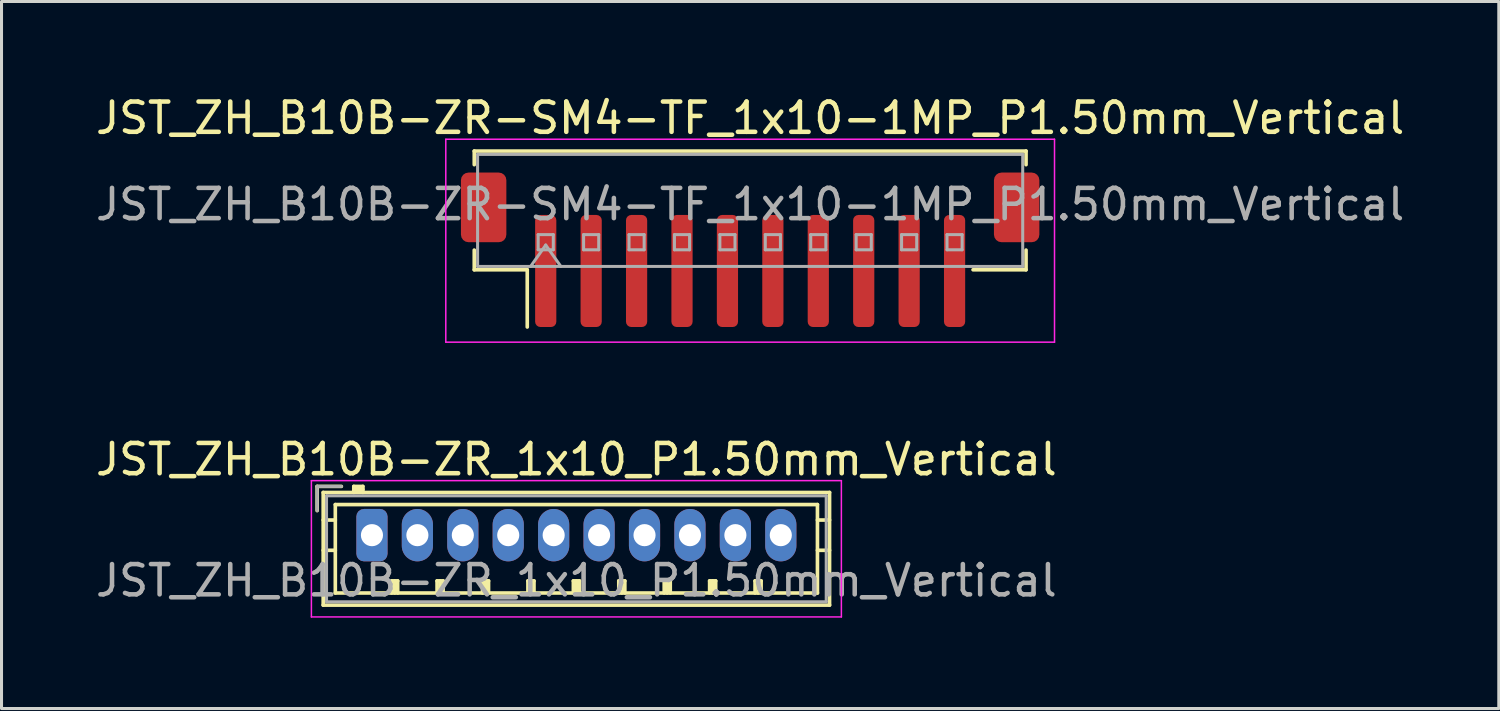
<source format=kicad_pcb>
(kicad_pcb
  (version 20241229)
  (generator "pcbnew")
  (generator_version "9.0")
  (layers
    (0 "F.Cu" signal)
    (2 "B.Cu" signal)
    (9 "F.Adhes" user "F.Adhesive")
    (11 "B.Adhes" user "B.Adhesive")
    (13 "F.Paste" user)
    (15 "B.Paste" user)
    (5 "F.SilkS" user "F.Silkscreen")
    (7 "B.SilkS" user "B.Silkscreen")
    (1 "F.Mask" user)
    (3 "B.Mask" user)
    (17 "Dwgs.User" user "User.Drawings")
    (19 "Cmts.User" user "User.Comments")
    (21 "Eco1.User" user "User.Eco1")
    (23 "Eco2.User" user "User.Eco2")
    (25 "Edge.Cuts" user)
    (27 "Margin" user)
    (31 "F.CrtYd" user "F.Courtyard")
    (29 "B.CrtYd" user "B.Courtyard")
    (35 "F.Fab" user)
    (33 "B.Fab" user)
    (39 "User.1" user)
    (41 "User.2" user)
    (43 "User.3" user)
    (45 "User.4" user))
  (footprint "JST_ZH_B10B-ZR_1x10_P1.50mm_Vertical"
    (layer "F.Cu")
    (at 9.232 14.621)
    (property "Reference" "JST_ZH_B10B-ZR_1x10_P1.50mm_Vertical" (at 6.75 -2.5 0) (layer "F.SilkS") (effects (font (size 1 1) (thickness 0.15))))
    (attr through_hole)
    (fp_line (start -1.81 -1.61) (end -1.81 -0.81) (stroke (width 0.12) (type solid)) (layer "F.SilkS"))
    (fp_line (start -1.61 -1.41) (end -1.61 2.31) (stroke (width 0.12) (type solid)) (layer "F.SilkS"))
    (fp_line (start -1.61 -0.5) (end -1.21 -0.5) (stroke (width 0.12) (type solid)) (layer "F.SilkS"))
    (fp_line (start -1.61 0.5) (end -1.21 0.5) (stroke (width 0.12) (type solid)) (layer "F.SilkS"))
    (fp_line (start -1.61 2.31) (end 15.11 2.31) (stroke (width 0.12) (type solid)) (layer "F.SilkS"))
    (fp_line (start -1.21 -1.01) (end -1.21 1.91) (stroke (width 0.12) (type solid)) (layer "F.SilkS"))
    (fp_line (start -1.21 1.91) (end 14.71 1.91) (stroke (width 0.12) (type solid)) (layer "F.SilkS"))
    (fp_line (start -1.01 -1.61) (end -1.81 -1.61) (stroke (width 0.12) (type solid)) (layer "F.SilkS"))
    (fp_line (start -0.6 -1.61) (end -0.6 -1.41) (stroke (width 0.12) (type solid)) (layer "F.SilkS"))
    (fp_line (start -0.3 -1.61) (end -0.6 -1.61) (stroke (width 0.12) (type solid)) (layer "F.SilkS"))
    (fp_line (start -0.3 -1.51) (end -0.6 -1.51) (stroke (width 0.12) (type solid)) (layer "F.SilkS"))
    (fp_line (start -0.3 -1.41) (end -0.3 -1.61) (stroke (width 0.12) (type solid)) (layer "F.SilkS"))
    (fp_line (start 0.65 1.51) (end 0.85 1.51) (stroke (width 0.12) (type solid)) (layer "F.SilkS"))
    (fp_line (start 0.65 1.91) (end 0.65 1.51) (stroke (width 0.12) (type solid)) (layer "F.SilkS"))
    (fp_line (start 0.75 1.91) (end 0.75 1.51) (stroke (width 0.12) (type solid)) (layer "F.SilkS"))
    (fp_line (start 0.85 1.51) (end 0.85 1.91) (stroke (width 0.12) (type solid)) (layer "F.SilkS"))
    (fp_line (start 2.15 1.51) (end 2.35 1.51) (stroke (width 0.12) (type solid)) (layer "F.SilkS"))
    (fp_line (start 2.15 1.91) (end 2.15 1.51) (stroke (width 0.12) (type solid)) (layer "F.SilkS"))
    (fp_line (start 2.25 1.91) (end 2.25 1.51) (stroke (width 0.12) (type solid)) (layer "F.SilkS"))
    (fp_line (start 2.35 1.51) (end 2.35 1.91) (stroke (width 0.12) (type solid)) (layer "F.SilkS"))
    (fp_line (start 3.65 1.51) (end 3.85 1.51) (stroke (width 0.12) (type solid)) (layer "F.SilkS"))
    (fp_line (start 3.65 1.91) (end 3.65 1.51) (stroke (width 0.12) (type solid)) (layer "F.SilkS"))
    (fp_line (start 3.75 1.91) (end 3.75 1.51) (stroke (width 0.12) (type solid)) (layer "F.SilkS"))
    (fp_line (start 3.85 1.51) (end 3.85 1.91) (stroke (width 0.12) (type solid)) (layer "F.SilkS"))
    (fp_line (start 5.15 1.51) (end 5.35 1.51) (stroke (width 0.12) (type solid)) (layer "F.SilkS"))
    (fp_line (start 5.15 1.91) (end 5.15 1.51) (stroke (width 0.12) (type solid)) (layer "F.SilkS"))
    (fp_line (start 5.25 1.91) (end 5.25 1.51) (stroke (width 0.12) (type solid)) (layer "F.SilkS"))
    (fp_line (start 5.35 1.51) (end 5.35 1.91) (stroke (width 0.12) (type solid)) (layer "F.SilkS"))
    (fp_line (start 6.65 1.51) (end 6.85 1.51) (stroke (width 0.12) (type solid)) (layer "F.SilkS"))
    (fp_line (start 6.65 1.91) (end 6.65 1.51) (stroke (width 0.12) (type solid)) (layer "F.SilkS"))
    (fp_line (start 6.75 1.91) (end 6.75 1.51) (stroke (width 0.12) (type solid)) (layer "F.SilkS"))
    (fp_line (start 6.85 1.51) (end 6.85 1.91) (stroke (width 0.12) (type solid)) (layer "F.SilkS"))
    (fp_line (start 8.15 1.51) (end 8.35 1.51) (stroke (width 0.12) (type solid)) (layer "F.SilkS"))
    (fp_line (start 8.15 1.91) (end 8.15 1.51) (stroke (width 0.12) (type solid)) (layer "F.SilkS"))
    (fp_line (start 8.25 1.91) (end 8.25 1.51) (stroke (width 0.12) (type solid)) (layer "F.SilkS"))
    (fp_line (start 8.35 1.51) (end 8.35 1.91) (stroke (width 0.12) (type solid)) (layer "F.SilkS"))
    (fp_line (start 9.65 1.51) (end 9.85 1.51) (stroke (width 0.12) (type solid)) (layer "F.SilkS"))
    (fp_line (start 9.65 1.91) (end 9.65 1.51) (stroke (width 0.12) (type solid)) (layer "F.SilkS"))
    (fp_line (start 9.75 1.91) (end 9.75 1.51) (stroke (width 0.12) (type solid)) (layer "F.SilkS"))
    (fp_line (start 9.85 1.51) (end 9.85 1.91) (stroke (width 0.12) (type solid)) (layer "F.SilkS"))
    (fp_line (start 11.15 1.51) (end 11.35 1.51) (stroke (width 0.12) (type solid)) (layer "F.SilkS"))
    (fp_line (start 11.15 1.91) (end 11.15 1.51) (stroke (width 0.12) (type solid)) (layer "F.SilkS"))
    (fp_line (start 11.25 1.91) (end 11.25 1.51) (stroke (width 0.12) (type solid)) (layer "F.SilkS"))
    (fp_line (start 11.35 1.51) (end 11.35 1.91) (stroke (width 0.12) (type solid)) (layer "F.SilkS"))
    (fp_line (start 12.65 1.51) (end 12.85 1.51) (stroke (width 0.12) (type solid)) (layer "F.SilkS"))
    (fp_line (start 12.65 1.91) (end 12.65 1.51) (stroke (width 0.12) (type solid)) (layer "F.SilkS"))
    (fp_line (start 12.75 1.91) (end 12.75 1.51) (stroke (width 0.12) (type solid)) (layer "F.SilkS"))
    (fp_line (start 12.85 1.51) (end 12.85 1.91) (stroke (width 0.12) (type solid)) (layer "F.SilkS"))
    (fp_line (start 14.71 -1.01) (end -1.21 -1.01) (stroke (width 0.12) (type solid)) (layer "F.SilkS"))
    (fp_line (start 14.71 1.91) (end 14.71 -1.01) (stroke (width 0.12) (type solid)) (layer "F.SilkS"))
    (fp_line (start 15.11 -1.41) (end -1.61 -1.41) (stroke (width 0.12) (type solid)) (layer "F.SilkS"))
    (fp_line (start 15.11 -0.5) (end 14.71 -0.5) (stroke (width 0.12) (type solid)) (layer "F.SilkS"))
    (fp_line (start 15.11 0.5) (end 14.71 0.5) (stroke (width 0.12) (type solid)) (layer "F.SilkS"))
    (fp_line (start 15.11 2.31) (end 15.11 -1.41) (stroke (width 0.12) (type solid)) (layer "F.SilkS"))
    (fp_line (start -2 -1.8) (end -2 2.7) (stroke (width 0.05) (type solid)) (layer "F.CrtYd"))
    (fp_line (start -2 2.7) (end 15.5 2.7) (stroke (width 0.05) (type solid)) (layer "F.CrtYd"))
    (fp_line (start 15.5 -1.8) (end -2 -1.8) (stroke (width 0.05) (type solid)) (layer "F.CrtYd"))
    (fp_line (start 15.5 2.7) (end 15.5 -1.8) (stroke (width 0.05) (type solid)) (layer "F.CrtYd"))
    (fp_line (start -1.81 -1.61) (end -1.81 -0.81) (stroke (width 0.1) (type solid)) (layer "F.Fab"))
    (fp_line (start -1.5 -1.3) (end -1.5 2.2) (stroke (width 0.1) (type solid)) (layer "F.Fab"))
    (fp_line (start -1.5 2.2) (end 15 2.2) (stroke (width 0.1) (type solid)) (layer "F.Fab"))
    (fp_line (start -1.01 -1.61) (end -1.81 -1.61) (stroke (width 0.1) (type solid)) (layer "F.Fab"))
    (fp_line (start 15 -1.3) (end -1.5 -1.3) (stroke (width 0.1) (type solid)) (layer "F.Fab"))
    (fp_line (start 15 2.2) (end 15 -1.3) (stroke (width 0.1) (type solid)) (layer "F.Fab"))
    (fp_text user "${REFERENCE}" (at 6.75 1.5 0) (layer "F.Fab") (effects (font (size 1 1) (thickness 0.15))))
    (pad "1" thru_hole roundrect (at 0 0) (size 1.03 1.73) (drill 0.73) (layers "*.Cu" "*.Mask") (roundrect_rratio 0.243))
    (pad "2" thru_hole oval (at 1.5 0) (size 1.03 1.73) (drill 0.73) (layers "*.Cu" "*.Mask"))
    (pad "3" thru_hole oval (at 3 0) (size 1.03 1.73) (drill 0.73) (layers "*.Cu" "*.Mask"))
    (pad "4" thru_hole oval (at 4.5 0) (size 1.03 1.73) (drill 0.73) (layers "*.Cu" "*.Mask"))
    (pad "5" thru_hole oval (at 6 0) (size 1.03 1.73) (drill 0.73) (layers "*.Cu" "*.Mask"))
    (pad "6" thru_hole oval (at 7.5 0) (size 1.03 1.73) (drill 0.73) (layers "*.Cu" "*.Mask"))
    (pad "7" thru_hole oval (at 9 0) (size 1.03 1.73) (drill 0.73) (layers "*.Cu" "*.Mask"))
    (pad "8" thru_hole oval (at 10.5 0) (size 1.03 1.73) (drill 0.73) (layers "*.Cu" "*.Mask"))
    (pad "9" thru_hole oval (at 12 0) (size 1.03 1.73) (drill 0.73) (layers "*.Cu" "*.Mask"))
    (pad "10" thru_hole oval (at 13.5 0) (size 1.03 1.73) (drill 0.73) (layers "*.Cu" "*.Mask")))
  (footprint "JST_ZH_B10B-ZR-SM4-TF_1x10-1MP_P1.50mm_Vertical"
    (layer "F.Cu")
    (at 21.72 5.198)
    (property "Reference" "JST_ZH_B10B-ZR-SM4-TF_1x10-1MP_P1.50mm_Vertical" (at 0 -4.35 0) (layer "F.SilkS") (effects (font (size 1 1) (thickness 0.15))))
    (attr smd)
    (fp_line (start -9.11 -3.26) (end 9.11 -3.26) (stroke (width 0.12) (type solid)) (layer "F.SilkS"))
    (fp_line (start -9.11 -2.81) (end -9.11 -3.26) (stroke (width 0.12) (type solid)) (layer "F.SilkS"))
    (fp_line (start -9.11 0.01) (end -9.11 0.66) (stroke (width 0.12) (type solid)) (layer "F.SilkS"))
    (fp_line (start -9.11 0.66) (end -7.36 0.66) (stroke (width 0.12) (type solid)) (layer "F.SilkS"))
    (fp_line (start -7.36 0.66) (end -7.36 2.55) (stroke (width 0.12) (type solid)) (layer "F.SilkS"))
    (fp_line (start 9.11 -3.26) (end 9.11 -2.81) (stroke (width 0.12) (type solid)) (layer "F.SilkS"))
    (fp_line (start 9.11 0.01) (end 9.11 0.66) (stroke (width 0.12) (type solid)) (layer "F.SilkS"))
    (fp_line (start 9.11 0.66) (end 7.36 0.66) (stroke (width 0.12) (type solid)) (layer "F.SilkS"))
    (fp_line (start -10.05 -3.65) (end -10.05 3.05) (stroke (width 0.05) (type solid)) (layer "F.CrtYd"))
    (fp_line (start -10.05 3.05) (end 10.05 3.05) (stroke (width 0.05) (type solid)) (layer "F.CrtYd"))
    (fp_line (start 10.05 -3.65) (end -10.05 -3.65) (stroke (width 0.05) (type solid)) (layer "F.CrtYd"))
    (fp_line (start 10.05 3.05) (end 10.05 -3.65) (stroke (width 0.05) (type solid)) (layer "F.CrtYd"))
    (fp_line (start -9 -3.15) (end 9 -3.15) (stroke (width 0.1) (type solid)) (layer "F.Fab"))
    (fp_line (start -9 0.55) (end -9 -3.15) (stroke (width 0.1) (type solid)) (layer "F.Fab"))
    (fp_line (start -9 0.55) (end 9 0.55) (stroke (width 0.1) (type solid)) (layer "F.Fab"))
    (fp_line (start -7.25 0.55) (end -6.75 -0.157) (stroke (width 0.1) (type solid)) (layer "F.Fab"))
    (fp_line (start -7 -0.5) (end -7 0) (stroke (width 0.1) (type solid)) (layer "F.Fab"))
    (fp_line (start -7 0) (end -6.5 0) (stroke (width 0.1) (type solid)) (layer "F.Fab"))
    (fp_line (start -6.75 -0.157) (end -6.25 0.55) (stroke (width 0.1) (type solid)) (layer "F.Fab"))
    (fp_line (start -6.5 -0.5) (end -7 -0.5) (stroke (width 0.1) (type solid)) (layer "F.Fab"))
    (fp_line (start -6.5 0) (end -6.5 -0.5) (stroke (width 0.1) (type solid)) (layer "F.Fab"))
    (fp_line (start -5.5 -0.5) (end -5.5 0) (stroke (width 0.1) (type solid)) (layer "F.Fab"))
    (fp_line (start -5.5 0) (end -5 0) (stroke (width 0.1) (type solid)) (layer "F.Fab"))
    (fp_line (start -5 -0.5) (end -5.5 -0.5) (stroke (width 0.1) (type solid)) (layer "F.Fab"))
    (fp_line (start -5 0) (end -5 -0.5) (stroke (width 0.1) (type solid)) (layer "F.Fab"))
    (fp_line (start -4 -0.5) (end -4 0) (stroke (width 0.1) (type solid)) (layer "F.Fab"))
    (fp_line (start -4 0) (end -3.5 0) (stroke (width 0.1) (type solid)) (layer "F.Fab"))
    (fp_line (start -3.5 -0.5) (end -4 -0.5) (stroke (width 0.1) (type solid)) (layer "F.Fab"))
    (fp_line (start -3.5 0) (end -3.5 -0.5) (stroke (width 0.1) (type solid)) (layer "F.Fab"))
    (fp_line (start -2.5 -0.5) (end -2.5 0) (stroke (width 0.1) (type solid)) (layer "F.Fab"))
    (fp_line (start -2.5 0) (end -2 0) (stroke (width 0.1) (type solid)) (layer "F.Fab"))
    (fp_line (start -2 -0.5) (end -2.5 -0.5) (stroke (width 0.1) (type solid)) (layer "F.Fab"))
    (fp_line (start -2 0) (end -2 -0.5) (stroke (width 0.1) (type solid)) (layer "F.Fab"))
    (fp_line (start -1 -0.5) (end -1 0) (stroke (width 0.1) (type solid)) (layer "F.Fab"))
    (fp_line (start -1 0) (end -0.5 0) (stroke (width 0.1) (type solid)) (layer "F.Fab"))
    (fp_line (start -0.5 -0.5) (end -1 -0.5) (stroke (width 0.1) (type solid)) (layer "F.Fab"))
    (fp_line (start -0.5 0) (end -0.5 -0.5) (stroke (width 0.1) (type solid)) (layer "F.Fab"))
    (fp_line (start 0.5 -0.5) (end 0.5 0) (stroke (width 0.1) (type solid)) (layer "F.Fab"))
    (fp_line (start 0.5 0) (end 1 0) (stroke (width 0.1) (type solid)) (layer "F.Fab"))
    (fp_line (start 1 -0.5) (end 0.5 -0.5) (stroke (width 0.1) (type solid)) (layer "F.Fab"))
    (fp_line (start 1 0) (end 1 -0.5) (stroke (width 0.1) (type solid)) (layer "F.Fab"))
    (fp_line (start 2 -0.5) (end 2 0) (stroke (width 0.1) (type solid)) (layer "F.Fab"))
    (fp_line (start 2 0) (end 2.5 0) (stroke (width 0.1) (type solid)) (layer "F.Fab"))
    (fp_line (start 2.5 -0.5) (end 2 -0.5) (stroke (width 0.1) (type solid)) (layer "F.Fab"))
    (fp_line (start 2.5 0) (end 2.5 -0.5) (stroke (width 0.1) (type solid)) (layer "F.Fab"))
    (fp_line (start 3.5 -0.5) (end 3.5 0) (stroke (width 0.1) (type solid)) (layer "F.Fab"))
    (fp_line (start 3.5 0) (end 4 0) (stroke (width 0.1) (type solid)) (layer "F.Fab"))
    (fp_line (start 4 -0.5) (end 3.5 -0.5) (stroke (width 0.1) (type solid)) (layer "F.Fab"))
    (fp_line (start 4 0) (end 4 -0.5) (stroke (width 0.1) (type solid)) (layer "F.Fab"))
    (fp_line (start 5 -0.5) (end 5 0) (stroke (width 0.1) (type solid)) (layer "F.Fab"))
    (fp_line (start 5 0) (end 5.5 0) (stroke (width 0.1) (type solid)) (layer "F.Fab"))
    (fp_line (start 5.5 -0.5) (end 5 -0.5) (stroke (width 0.1) (type solid)) (layer "F.Fab"))
    (fp_line (start 5.5 0) (end 5.5 -0.5) (stroke (width 0.1) (type solid)) (layer "F.Fab"))
    (fp_line (start 6.5 -0.5) (end 6.5 0) (stroke (width 0.1) (type solid)) (layer "F.Fab"))
    (fp_line (start 6.5 0) (end 7 0) (stroke (width 0.1) (type solid)) (layer "F.Fab"))
    (fp_line (start 7 -0.5) (end 6.5 -0.5) (stroke (width 0.1) (type solid)) (layer "F.Fab"))
    (fp_line (start 7 0) (end 7 -0.5) (stroke (width 0.1) (type solid)) (layer "F.Fab"))
    (fp_line (start 9 0.55) (end 9 -3.15) (stroke (width 0.1) (type solid)) (layer "F.Fab"))
    (fp_text user "${REFERENCE}" (at 0 -1.5 0) (layer "F.Fab") (effects (font (size 1 1) (thickness 0.15))))
    (pad "1" smd roundrect (at -6.75 0.7) (size 0.7 3.7) (layers "F.Cu" "F.Mask" "F.Paste") (roundrect_rratio 0.25))
    (pad "2" smd roundrect (at -5.25 0.7) (size 0.7 3.7) (layers "F.Cu" "F.Mask" "F.Paste") (roundrect_rratio 0.25))
    (pad "3" smd roundrect (at -3.75 0.7) (size 0.7 3.7) (layers "F.Cu" "F.Mask" "F.Paste") (roundrect_rratio 0.25))
    (pad "4" smd roundrect (at -2.25 0.7) (size 0.7 3.7) (layers "F.Cu" "F.Mask" "F.Paste") (roundrect_rratio 0.25))
    (pad "5" smd roundrect (at -0.75 0.7) (size 0.7 3.7) (layers "F.Cu" "F.Mask" "F.Paste") (roundrect_rratio 0.25))
    (pad "6" smd roundrect (at 0.75 0.7) (size 0.7 3.7) (layers "F.Cu" "F.Mask" "F.Paste") (roundrect_rratio 0.25))
    (pad "7" smd roundrect (at 2.25 0.7) (size 0.7 3.7) (layers "F.Cu" "F.Mask" "F.Paste") (roundrect_rratio 0.25))
    (pad "8" smd roundrect (at 3.75 0.7) (size 0.7 3.7) (layers "F.Cu" "F.Mask" "F.Paste") (roundrect_rratio 0.25))
    (pad "9" smd roundrect (at 5.25 0.7) (size 0.7 3.7) (layers "F.Cu" "F.Mask" "F.Paste") (roundrect_rratio 0.25))
    (pad "10" smd roundrect (at 6.75 0.7) (size 0.7 3.7) (layers "F.Cu" "F.Mask" "F.Paste") (roundrect_rratio 0.25))
    (pad "MP" smd roundrect (at -8.8 -1.4) (size 1.5 2.3) (layers "F.Cu" "F.Mask" "F.Paste") (roundrect_rratio 0.167))
    (pad "MP" smd roundrect (at 8.8 -1.4) (size 1.5 2.3) (layers "F.Cu" "F.Mask" "F.Paste") (roundrect_rratio 0.167)))
  (gr_rect
    (start -3 -3)
    (end 46.44 20.346)
    (stroke (width 0.1) (type default))
    (fill no)
    (layer "Edge.Cuts")))
</source>
